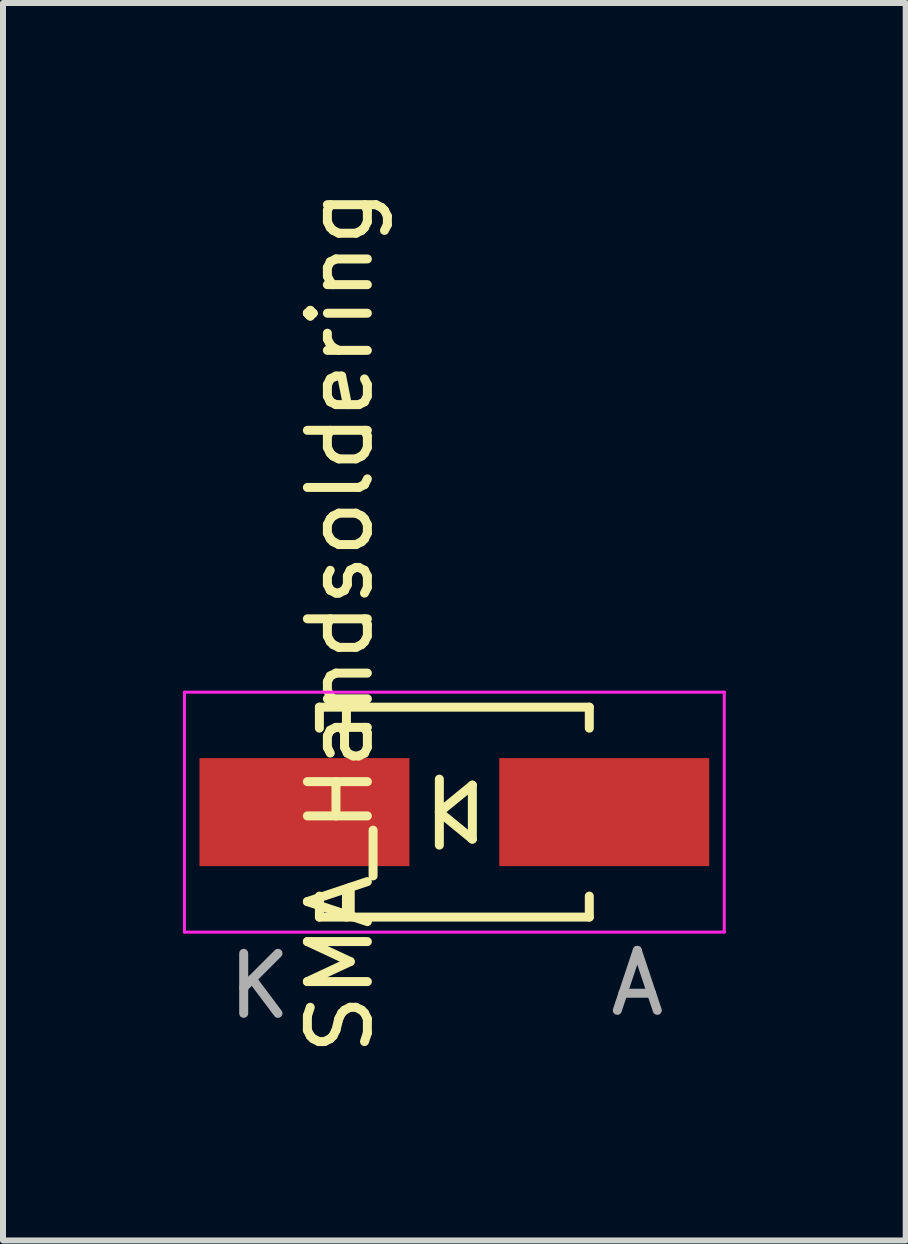
<source format=kicad_pcb>
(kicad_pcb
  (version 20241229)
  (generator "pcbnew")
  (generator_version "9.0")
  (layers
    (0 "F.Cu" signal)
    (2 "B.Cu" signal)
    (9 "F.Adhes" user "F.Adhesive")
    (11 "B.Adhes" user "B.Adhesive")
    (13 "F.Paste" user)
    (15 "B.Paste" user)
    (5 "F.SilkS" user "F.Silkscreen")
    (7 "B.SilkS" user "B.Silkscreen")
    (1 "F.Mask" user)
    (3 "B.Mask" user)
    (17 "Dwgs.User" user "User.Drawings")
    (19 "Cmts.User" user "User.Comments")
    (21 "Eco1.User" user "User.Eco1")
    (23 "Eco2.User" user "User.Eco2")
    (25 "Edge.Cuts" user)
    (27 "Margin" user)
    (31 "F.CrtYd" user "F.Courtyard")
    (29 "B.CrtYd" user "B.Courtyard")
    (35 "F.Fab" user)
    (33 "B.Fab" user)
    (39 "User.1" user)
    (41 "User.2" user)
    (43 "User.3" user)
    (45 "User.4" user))
  (footprint "SMA_Handsoldering"
    (layer "F.Cu")
    (at 4.525 10.49)
    (property "Reference" "SMA_Handsoldering" (at -1.905 -3.175 90) (layer "F.SilkS") (effects (font (size 1 1) (thickness 0.15))))
    (attr smd)
    (fp_line (start -2.25 -1.75) (end -2.25 -1.4) (stroke (width 0.15) (type solid)) (layer "F.SilkS"))
    (fp_line (start -2.25 -1.75) (end 2.25 -1.75) (stroke (width 0.15) (type solid)) (layer "F.SilkS"))
    (fp_line (start -2.25 1.75) (end -2.25 1.4) (stroke (width 0.15) (type solid)) (layer "F.SilkS"))
    (fp_line (start -2.25 1.75) (end 2.25 1.75) (stroke (width 0.15) (type solid)) (layer "F.SilkS"))
    (fp_line (start -1.799 -1.75) (end -1.799 -1.4) (stroke (width 0.15) (type solid)) (layer "F.SilkS"))
    (fp_line (start -1.799 1.75) (end -1.799 1.4) (stroke (width 0.15) (type solid)) (layer "F.SilkS"))
    (fp_line (start -0.25 -0.55) (end -0.25 0.55) (stroke (width 0.15) (type solid)) (layer "F.SilkS"))
    (fp_line (start -0.25 0) (end 0.3 -0.45) (stroke (width 0.15) (type solid)) (layer "F.SilkS"))
    (fp_line (start 0.3 -0.45) (end 0.3 0.45) (stroke (width 0.15) (type solid)) (layer "F.SilkS"))
    (fp_line (start 0.3 0.45) (end -0.25 0) (stroke (width 0.15) (type solid)) (layer "F.SilkS"))
    (fp_line (start 2.25 -1.75) (end 2.25 -1.4) (stroke (width 0.15) (type solid)) (layer "F.SilkS"))
    (fp_line (start 2.25 1.75) (end 2.25 1.4) (stroke (width 0.15) (type solid)) (layer "F.SilkS"))
    (fp_line (start -4.5 -2) (end 4.5 -2) (stroke (width 0.05) (type solid)) (layer "F.CrtYd"))
    (fp_line (start -4.5 2) (end -4.5 -2) (stroke (width 0.05) (type solid)) (layer "F.CrtYd"))
    (fp_line (start 4.5 -2) (end 4.5 2) (stroke (width 0.05) (type solid)) (layer "F.CrtYd"))
    (fp_line (start 4.5 2) (end -4.5 2) (stroke (width 0.05) (type solid)) (layer "F.CrtYd"))
    (fp_text user "A" (at 3.05 2.85 0) (layer "F.Fab") (effects (font (size 1 1) (thickness 0.15))))
    (fp_text user "K" (at -3.25 2.9 0) (layer "F.Fab") (effects (font (size 1 1) (thickness 0.15))))
    (pad "1" smd rect (at -2.499 0) (size 3.5 1.801) (layers "F.Cu" "F.Mask" "F.Paste"))
    (pad "2" smd rect (at 2.499 0) (size 3.5 1.801) (layers "F.Cu" "F.Mask" "F.Paste")))
  (gr_rect
    (start -3 -3)
    (end 12.05 17.631)
    (stroke (width 0.1) (type default))
    (fill no)
    (layer "Edge.Cuts")))
</source>
